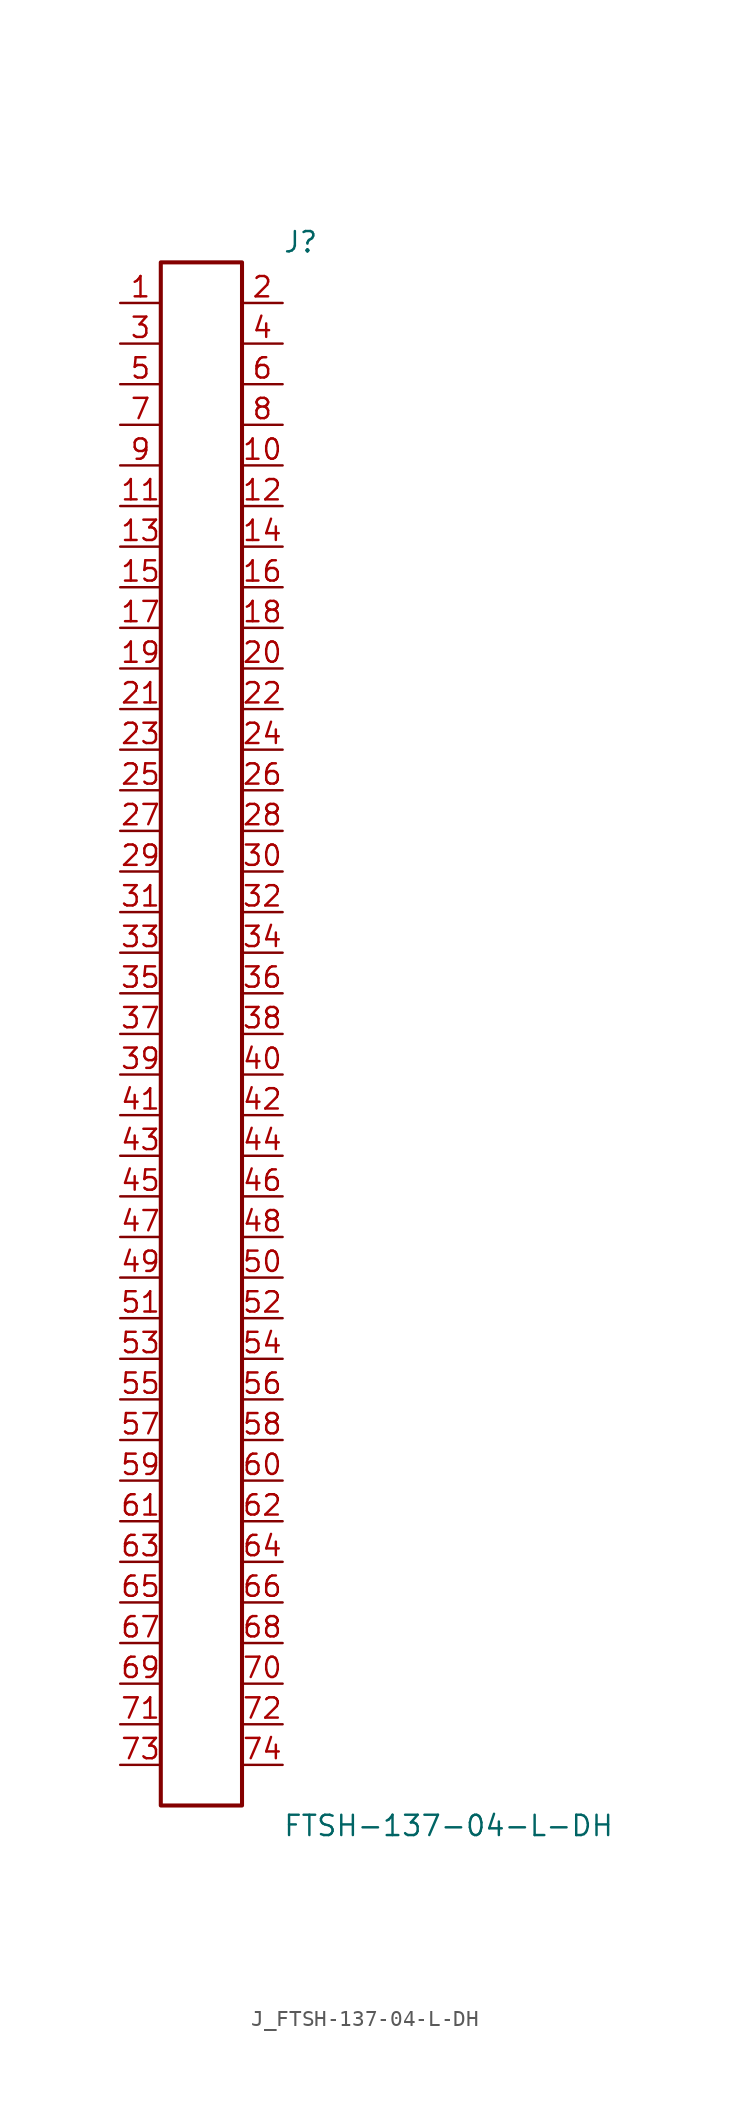
<source format=kicad_sym>
(kicad_symbol_lib
  (version 20231120)
  (generator kicad_symbol_editor)
  (generator_version 8.0)
  (symbol "J_FTSH-137-04-L-DH"
    (pin_names
      (offset 0.254))
    (property "Reference" "J"
      (at 5.08 49.53 0)
      (effects (font (size 1.27 1.27)) (justify left)))
    (property "Value" "FTSH-137-04-L-DH"
      (at 5.08 -49.53 0)
      (effects (font (size 1.27 1.27)) (justify left)))
    (symbol "J_FTSH-137-04-L-DH_0_0"
      (pin unspecified line (at -5.08 45.72 0) (length 2.54) (name "" (effects (font (size 1.27 1.27)))) (number "1" (effects (font (size 1.27 1.27)))))
      (pin unspecified line (at 5.08 45.72 180) (length 2.54) (name "" (effects (font (size 1.27 1.27)))) (number "2" (effects (font (size 1.27 1.27)))))
      (pin unspecified line (at -5.08 43.18 0) (length 2.54) (name "" (effects (font (size 1.27 1.27)))) (number "3" (effects (font (size 1.27 1.27)))))
      (pin unspecified line (at 5.08 43.18 180) (length 2.54) (name "" (effects (font (size 1.27 1.27)))) (number "4" (effects (font (size 1.27 1.27)))))
      (pin unspecified line (at -5.08 40.64 0) (length 2.54) (name "" (effects (font (size 1.27 1.27)))) (number "5" (effects (font (size 1.27 1.27)))))
      (pin unspecified line (at 5.08 40.64 180) (length 2.54) (name "" (effects (font (size 1.27 1.27)))) (number "6" (effects (font (size 1.27 1.27)))))
      (pin unspecified line (at -5.08 38.1 0) (length 2.54) (name "" (effects (font (size 1.27 1.27)))) (number "7" (effects (font (size 1.27 1.27)))))
      (pin unspecified line (at 5.08 38.1 180) (length 2.54) (name "" (effects (font (size 1.27 1.27)))) (number "8" (effects (font (size 1.27 1.27)))))
      (pin unspecified line (at -5.08 35.56 0) (length 2.54) (name "" (effects (font (size 1.27 1.27)))) (number "9" (effects (font (size 1.27 1.27)))))
      (pin unspecified line (at 5.08 35.56 180) (length 2.54) (name "" (effects (font (size 1.27 1.27)))) (number "10" (effects (font (size 1.27 1.27)))))
      (pin unspecified line (at -5.08 33.02 0) (length 2.54) (name "" (effects (font (size 1.27 1.27)))) (number "11" (effects (font (size 1.27 1.27)))))
      (pin unspecified line (at 5.08 33.02 180) (length 2.54) (name "" (effects (font (size 1.27 1.27)))) (number "12" (effects (font (size 1.27 1.27)))))
      (pin unspecified line (at -5.08 30.48 0) (length 2.54) (name "" (effects (font (size 1.27 1.27)))) (number "13" (effects (font (size 1.27 1.27)))))
      (pin unspecified line (at 5.08 30.48 180) (length 2.54) (name "" (effects (font (size 1.27 1.27)))) (number "14" (effects (font (size 1.27 1.27)))))
      (pin unspecified line (at -5.08 27.94 0) (length 2.54) (name "" (effects (font (size 1.27 1.27)))) (number "15" (effects (font (size 1.27 1.27)))))
      (pin unspecified line (at 5.08 27.94 180) (length 2.54) (name "" (effects (font (size 1.27 1.27)))) (number "16" (effects (font (size 1.27 1.27)))))
      (pin unspecified line (at -5.08 25.4 0) (length 2.54) (name "" (effects (font (size 1.27 1.27)))) (number "17" (effects (font (size 1.27 1.27)))))
      (pin unspecified line (at 5.08 25.4 180) (length 2.54) (name "" (effects (font (size 1.27 1.27)))) (number "18" (effects (font (size 1.27 1.27)))))
      (pin unspecified line (at -5.08 22.86 0) (length 2.54) (name "" (effects (font (size 1.27 1.27)))) (number "19" (effects (font (size 1.27 1.27)))))
      (pin unspecified line (at 5.08 22.86 180) (length 2.54) (name "" (effects (font (size 1.27 1.27)))) (number "20" (effects (font (size 1.27 1.27)))))
      (pin unspecified line (at -5.08 20.32 0) (length 2.54) (name "" (effects (font (size 1.27 1.27)))) (number "21" (effects (font (size 1.27 1.27)))))
      (pin unspecified line (at 5.08 20.32 180) (length 2.54) (name "" (effects (font (size 1.27 1.27)))) (number "22" (effects (font (size 1.27 1.27)))))
      (pin unspecified line (at -5.08 17.78 0) (length 2.54) (name "" (effects (font (size 1.27 1.27)))) (number "23" (effects (font (size 1.27 1.27)))))
      (pin unspecified line (at 5.08 17.78 180) (length 2.54) (name "" (effects (font (size 1.27 1.27)))) (number "24" (effects (font (size 1.27 1.27)))))
      (pin unspecified line (at -5.08 15.24 0) (length 2.54) (name "" (effects (font (size 1.27 1.27)))) (number "25" (effects (font (size 1.27 1.27)))))
      (pin unspecified line (at 5.08 15.24 180) (length 2.54) (name "" (effects (font (size 1.27 1.27)))) (number "26" (effects (font (size 1.27 1.27)))))
      (pin unspecified line (at -5.08 12.7 0) (length 2.54) (name "" (effects (font (size 1.27 1.27)))) (number "27" (effects (font (size 1.27 1.27)))))
      (pin unspecified line (at 5.08 12.7 180) (length 2.54) (name "" (effects (font (size 1.27 1.27)))) (number "28" (effects (font (size 1.27 1.27)))))
      (pin unspecified line (at -5.08 10.16 0) (length 2.54) (name "" (effects (font (size 1.27 1.27)))) (number "29" (effects (font (size 1.27 1.27)))))
      (pin unspecified line (at 5.08 10.16 180) (length 2.54) (name "" (effects (font (size 1.27 1.27)))) (number "30" (effects (font (size 1.27 1.27)))))
      (pin unspecified line (at -5.08 7.62 0) (length 2.54) (name "" (effects (font (size 1.27 1.27)))) (number "31" (effects (font (size 1.27 1.27)))))
      (pin unspecified line (at 5.08 7.62 180) (length 2.54) (name "" (effects (font (size 1.27 1.27)))) (number "32" (effects (font (size 1.27 1.27)))))
      (pin unspecified line (at -5.08 5.08 0) (length 2.54) (name "" (effects (font (size 1.27 1.27)))) (number "33" (effects (font (size 1.27 1.27)))))
      (pin unspecified line (at 5.08 5.08 180) (length 2.54) (name "" (effects (font (size 1.27 1.27)))) (number "34" (effects (font (size 1.27 1.27)))))
      (pin unspecified line (at -5.08 2.54 0) (length 2.54) (name "" (effects (font (size 1.27 1.27)))) (number "35" (effects (font (size 1.27 1.27)))))
      (pin unspecified line (at 5.08 2.54 180) (length 2.54) (name "" (effects (font (size 1.27 1.27)))) (number "36" (effects (font (size 1.27 1.27)))))
      (pin unspecified line (at -5.08 0.0 0) (length 2.54) (name "" (effects (font (size 1.27 1.27)))) (number "37" (effects (font (size 1.27 1.27)))))
      (pin unspecified line (at 5.08 0.0 180) (length 2.54) (name "" (effects (font (size 1.27 1.27)))) (number "38" (effects (font (size 1.27 1.27)))))
      (pin unspecified line (at -5.08 -2.54 0) (length 2.54) (name "" (effects (font (size 1.27 1.27)))) (number "39" (effects (font (size 1.27 1.27)))))
      (pin unspecified line (at 5.08 -2.54 180) (length 2.54) (name "" (effects (font (size 1.27 1.27)))) (number "40" (effects (font (size 1.27 1.27)))))
      (pin unspecified line (at -5.08 -5.08 0) (length 2.54) (name "" (effects (font (size 1.27 1.27)))) (number "41" (effects (font (size 1.27 1.27)))))
      (pin unspecified line (at 5.08 -5.08 180) (length 2.54) (name "" (effects (font (size 1.27 1.27)))) (number "42" (effects (font (size 1.27 1.27)))))
      (pin unspecified line (at -5.08 -7.62 0) (length 2.54) (name "" (effects (font (size 1.27 1.27)))) (number "43" (effects (font (size 1.27 1.27)))))
      (pin unspecified line (at 5.08 -7.62 180) (length 2.54) (name "" (effects (font (size 1.27 1.27)))) (number "44" (effects (font (size 1.27 1.27)))))
      (pin unspecified line (at -5.08 -10.16 0) (length 2.54) (name "" (effects (font (size 1.27 1.27)))) (number "45" (effects (font (size 1.27 1.27)))))
      (pin unspecified line (at 5.08 -10.16 180) (length 2.54) (name "" (effects (font (size 1.27 1.27)))) (number "46" (effects (font (size 1.27 1.27)))))
      (pin unspecified line (at -5.08 -12.7 0) (length 2.54) (name "" (effects (font (size 1.27 1.27)))) (number "47" (effects (font (size 1.27 1.27)))))
      (pin unspecified line (at 5.08 -12.7 180) (length 2.54) (name "" (effects (font (size 1.27 1.27)))) (number "48" (effects (font (size 1.27 1.27)))))
      (pin unspecified line (at -5.08 -15.24 0) (length 2.54) (name "" (effects (font (size 1.27 1.27)))) (number "49" (effects (font (size 1.27 1.27)))))
      (pin unspecified line (at 5.08 -15.24 180) (length 2.54) (name "" (effects (font (size 1.27 1.27)))) (number "50" (effects (font (size 1.27 1.27)))))
      (pin unspecified line (at -5.08 -17.78 0) (length 2.54) (name "" (effects (font (size 1.27 1.27)))) (number "51" (effects (font (size 1.27 1.27)))))
      (pin unspecified line (at 5.08 -17.78 180) (length 2.54) (name "" (effects (font (size 1.27 1.27)))) (number "52" (effects (font (size 1.27 1.27)))))
      (pin unspecified line (at -5.08 -20.32 0) (length 2.54) (name "" (effects (font (size 1.27 1.27)))) (number "53" (effects (font (size 1.27 1.27)))))
      (pin unspecified line (at 5.08 -20.32 180) (length 2.54) (name "" (effects (font (size 1.27 1.27)))) (number "54" (effects (font (size 1.27 1.27)))))
      (pin unspecified line (at -5.08 -22.86 0) (length 2.54) (name "" (effects (font (size 1.27 1.27)))) (number "55" (effects (font (size 1.27 1.27)))))
      (pin unspecified line (at 5.08 -22.86 180) (length 2.54) (name "" (effects (font (size 1.27 1.27)))) (number "56" (effects (font (size 1.27 1.27)))))
      (pin unspecified line (at -5.08 -25.4 0) (length 2.54) (name "" (effects (font (size 1.27 1.27)))) (number "57" (effects (font (size 1.27 1.27)))))
      (pin unspecified line (at 5.08 -25.4 180) (length 2.54) (name "" (effects (font (size 1.27 1.27)))) (number "58" (effects (font (size 1.27 1.27)))))
      (pin unspecified line (at -5.08 -27.94 0) (length 2.54) (name "" (effects (font (size 1.27 1.27)))) (number "59" (effects (font (size 1.27 1.27)))))
      (pin unspecified line (at 5.08 -27.94 180) (length 2.54) (name "" (effects (font (size 1.27 1.27)))) (number "60" (effects (font (size 1.27 1.27)))))
      (pin unspecified line (at -5.08 -30.48 0) (length 2.54) (name "" (effects (font (size 1.27 1.27)))) (number "61" (effects (font (size 1.27 1.27)))))
      (pin unspecified line (at 5.08 -30.48 180) (length 2.54) (name "" (effects (font (size 1.27 1.27)))) (number "62" (effects (font (size 1.27 1.27)))))
      (pin unspecified line (at -5.08 -33.02 0) (length 2.54) (name "" (effects (font (size 1.27 1.27)))) (number "63" (effects (font (size 1.27 1.27)))))
      (pin unspecified line (at 5.08 -33.02 180) (length 2.54) (name "" (effects (font (size 1.27 1.27)))) (number "64" (effects (font (size 1.27 1.27)))))
      (pin unspecified line (at -5.08 -35.56 0) (length 2.54) (name "" (effects (font (size 1.27 1.27)))) (number "65" (effects (font (size 1.27 1.27)))))
      (pin unspecified line (at 5.08 -35.56 180) (length 2.54) (name "" (effects (font (size 1.27 1.27)))) (number "66" (effects (font (size 1.27 1.27)))))
      (pin unspecified line (at -5.08 -38.1 0) (length 2.54) (name "" (effects (font (size 1.27 1.27)))) (number "67" (effects (font (size 1.27 1.27)))))
      (pin unspecified line (at 5.08 -38.1 180) (length 2.54) (name "" (effects (font (size 1.27 1.27)))) (number "68" (effects (font (size 1.27 1.27)))))
      (pin unspecified line (at -5.08 -40.64 0) (length 2.54) (name "" (effects (font (size 1.27 1.27)))) (number "69" (effects (font (size 1.27 1.27)))))
      (pin unspecified line (at 5.08 -40.64 180) (length 2.54) (name "" (effects (font (size 1.27 1.27)))) (number "70" (effects (font (size 1.27 1.27)))))
      (pin unspecified line (at -5.08 -43.18 0) (length 2.54) (name "" (effects (font (size 1.27 1.27)))) (number "71" (effects (font (size 1.27 1.27)))))
      (pin unspecified line (at 5.08 -43.18 180) (length 2.54) (name "" (effects (font (size 1.27 1.27)))) (number "72" (effects (font (size 1.27 1.27)))))
      (pin unspecified line (at -5.08 -45.72 0) (length 2.54) (name "" (effects (font (size 1.27 1.27)))) (number "73" (effects (font (size 1.27 1.27)))))
      (pin unspecified line (at 5.08 -45.72 180) (length 2.54) (name "" (effects (font (size 1.27 1.27)))) (number "74" (effects (font (size 1.27 1.27))))))
    (symbol "J_FTSH-137-04-L-DH_1_0"
      (rectangle (start -2.54 48.26) (end 2.54 -48.26) (stroke (width 0.254) (type solid)) (fill (type none))))))
</source>
